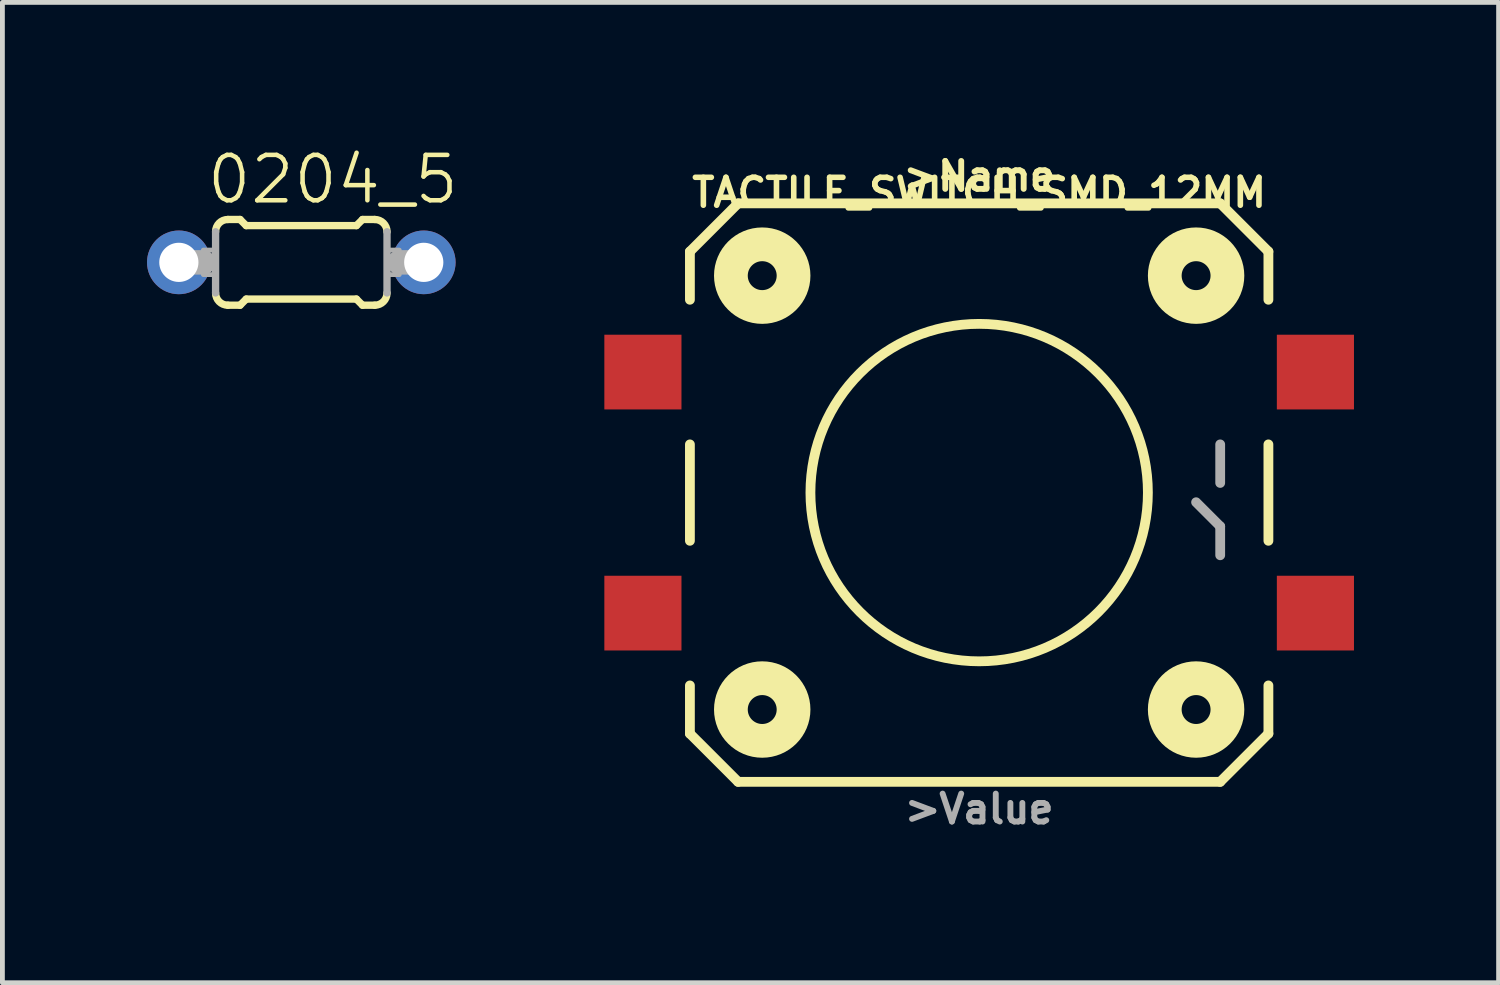
<source format=kicad_pcb>
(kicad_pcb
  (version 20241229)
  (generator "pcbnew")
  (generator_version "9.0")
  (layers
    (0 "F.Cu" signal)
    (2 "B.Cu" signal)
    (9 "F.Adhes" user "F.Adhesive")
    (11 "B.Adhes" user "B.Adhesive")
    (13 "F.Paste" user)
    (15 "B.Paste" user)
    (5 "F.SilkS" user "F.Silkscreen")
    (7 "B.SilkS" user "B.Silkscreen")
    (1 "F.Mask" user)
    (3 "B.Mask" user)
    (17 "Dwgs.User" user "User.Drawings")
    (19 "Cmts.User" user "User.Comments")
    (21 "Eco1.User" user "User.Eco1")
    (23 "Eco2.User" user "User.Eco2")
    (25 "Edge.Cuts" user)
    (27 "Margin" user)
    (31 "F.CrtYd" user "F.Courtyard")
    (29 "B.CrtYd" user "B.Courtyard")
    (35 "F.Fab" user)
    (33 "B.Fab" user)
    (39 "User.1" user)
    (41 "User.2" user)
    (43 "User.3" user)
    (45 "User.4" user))
  (footprint "TACTILE_SWITCH_SMD_12MM"
    (layer "F.Cu")
    (at 17.261 7.168)
    (property "Reference" "TACTILE_SWITCH_SMD_12MM" (at 0 -6.223 0) (layer "F.SilkS") (effects (font (size 0.579 0.579) (thickness 0.116))))
    (attr through_hole)
    (fp_line (start -6 -4) (end -6 -5) (stroke (width 0.203) (type solid)) (layer "F.SilkS"))
    (fp_line (start -6 1) (end -6 -1) (stroke (width 0.203) (type solid)) (layer "F.SilkS"))
    (fp_line (start -6 5) (end -6 4) (stroke (width 0.203) (type solid)) (layer "F.SilkS"))
    (fp_line (start -6 5) (end -5 6) (stroke (width 0.203) (type solid)) (layer "F.SilkS"))
    (fp_line (start -5 -6) (end -6 -5) (stroke (width 0.203) (type solid)) (layer "F.SilkS"))
    (fp_line (start -5 -6) (end 5 -6) (stroke (width 0.203) (type solid)) (layer "F.SilkS"))
    (fp_line (start 5 6) (end -5 6) (stroke (width 0.203) (type solid)) (layer "F.SilkS"))
    (fp_line (start 6 -5) (end 5 -6) (stroke (width 0.203) (type solid)) (layer "F.SilkS"))
    (fp_line (start 6 -5) (end 6 -4) (stroke (width 0.203) (type solid)) (layer "F.SilkS"))
    (fp_line (start 6 -1) (end 6 1) (stroke (width 0.203) (type solid)) (layer "F.SilkS"))
    (fp_line (start 6 4) (end 6 5) (stroke (width 0.203) (type solid)) (layer "F.SilkS"))
    (fp_line (start 6 5) (end 5 6) (stroke (width 0.203) (type solid)) (layer "F.SilkS"))
    (fp_circle (center -4.5 -4.5) (end -4.2 -4.5) (stroke (width 0.7) (type solid)) (fill no) (layer "F.SilkS"))
    (fp_circle (center -4.5 4.5) (end -4.2 4.5) (stroke (width 0.7) (type solid)) (fill no) (layer "F.SilkS"))
    (fp_circle (center 0 0) (end 3.5 0) (stroke (width 0.203) (type solid)) (fill no) (layer "F.SilkS"))
    (fp_circle (center 4.5 -4.5) (end 4.8 -4.5) (stroke (width 0.7) (type solid)) (fill no) (layer "F.SilkS"))
    (fp_circle (center 4.5 4.5) (end 4.8 4.5) (stroke (width 0.7) (type solid)) (fill no) (layer "F.SilkS"))
    (fp_line (start 5 -0.2) (end 5 -1) (stroke (width 0.203) (type solid)) (layer "F.Fab"))
    (fp_line (start 5 0.7) (end 4.5 0.2) (stroke (width 0.203) (type solid)) (layer "F.Fab"))
    (fp_line (start 5 1.3) (end 5 0.7) (stroke (width 0.203) (type solid)) (layer "F.Fab"))
    (fp_text user ">Name" (at 0 -6.223 0) (layer "F.SilkS") (effects (font (size 0.579 0.579) (thickness 0.122)) (justify bottom)))
    (fp_text user ">Value" (at 0 6.223 0) (layer "F.Fab") (effects (font (size 0.579 0.579) (thickness 0.122)) (justify top)))
    (pad "1" smd rect (at 6.975 2.5) (size 1.6 1.55) (layers "F.Cu" "F.Mask" "F.Paste"))
    (pad "2" smd rect (at -6.975 2.5) (size 1.6 1.55) (layers "F.Cu" "F.Mask" "F.Paste"))
    (pad "3" smd rect (at 6.975 -2.5) (size 1.6 1.55) (layers "F.Cu" "F.Mask" "F.Paste"))
    (pad "4" smd rect (at -6.975 -2.5) (size 1.6 1.55) (layers "F.Cu" "F.Mask" "F.Paste")))
  (footprint "0204_5"
    (layer "F.Cu")
    (at 3.2 2.392)
    (property "Reference" "0204_5" (at -2.007 -1.168 0) (layer "F.SilkS") (effects (font (size 0.941 0.941) (thickness 0.094)) (justify left bottom)))
    (attr through_hole)
    (fp_line (start -1.524 -0.889) (end -1.27 -0.889) (stroke (width 0.152) (type solid)) (layer "F.SilkS"))
    (fp_line (start -1.524 0.889) (end -1.27 0.889) (stroke (width 0.152) (type solid)) (layer "F.SilkS"))
    (fp_line (start -1.143 -0.762) (end -1.27 -0.889) (stroke (width 0.152) (type solid)) (layer "F.SilkS"))
    (fp_line (start -1.143 0.762) (end -1.27 0.889) (stroke (width 0.152) (type solid)) (layer "F.SilkS"))
    (fp_line (start 1.143 -0.762) (end -1.143 -0.762) (stroke (width 0.152) (type solid)) (layer "F.SilkS"))
    (fp_line (start 1.143 -0.762) (end 1.27 -0.889) (stroke (width 0.152) (type solid)) (layer "F.SilkS"))
    (fp_line (start 1.143 0.762) (end -1.143 0.762) (stroke (width 0.152) (type solid)) (layer "F.SilkS"))
    (fp_line (start 1.143 0.762) (end 1.27 0.889) (stroke (width 0.152) (type solid)) (layer "F.SilkS"))
    (fp_line (start 1.524 -0.889) (end 1.27 -0.889) (stroke (width 0.152) (type solid)) (layer "F.SilkS"))
    (fp_line (start 1.524 0.889) (end 1.27 0.889) (stroke (width 0.152) (type solid)) (layer "F.SilkS"))
    (fp_arc (start -1.778 -0.635) (mid -1.703605 -0.814605) (end -1.524 -0.889) (stroke (width 0.1524) (type solid)) (layer "F.SilkS"))
    (fp_arc (start -1.524 0.889) (mid -1.703605 0.814605) (end -1.778 0.635) (stroke (width 0.1524) (type solid)) (layer "F.SilkS"))
    (fp_arc (start 1.524 -0.889) (mid 1.703605 -0.814605) (end 1.778 -0.635) (stroke (width 0.1524) (type solid)) (layer "F.SilkS"))
    (fp_arc (start 1.778 0.635) (mid 1.703605 0.814605) (end 1.524 0.889) (stroke (width 0.1524) (type solid)) (layer "F.SilkS"))
    (fp_line (start -2.54 0) (end -2.032 0) (stroke (width 0.508) (type solid)) (layer "F.Fab"))
    (fp_line (start -1.778 0.635) (end -1.778 -0.635) (stroke (width 0.152) (type solid)) (layer "F.Fab"))
    (fp_line (start 1.778 0.635) (end 1.778 -0.635) (stroke (width 0.152) (type solid)) (layer "F.Fab"))
    (fp_line (start 2.54 0) (end 2.032 0) (stroke (width 0.508) (type solid)) (layer "F.Fab"))
    (fp_poly (pts (xy -2.032 0.254) (xy -1.778 0.254) (xy -1.778 -0.254) (xy -2.032 -0.254)) (stroke (width 0.1) (type solid)) (fill no) (layer "F.Fab"))
    (fp_poly (pts (xy 1.778 0.254) (xy 2.032 0.254) (xy 2.032 -0.254) (xy 1.778 -0.254)) (stroke (width 0.1) (type solid)) (fill no) (layer "F.Fab"))
    (pad "1" thru_hole circle (at -2.54 0) (size 1.321 1.321) (drill 0.813) (layers "*.Cu" "*.Mask"))
    (pad "2" thru_hole circle (at 2.54 0) (size 1.321 1.321) (drill 0.813) (layers "*.Cu" "*.Mask")))
  (gr_rect
    (start -3 -3)
    (end 28.036 17.336)
    (stroke (width 0.1) (type default))
    (fill no)
    (layer "Edge.Cuts")))
</source>
